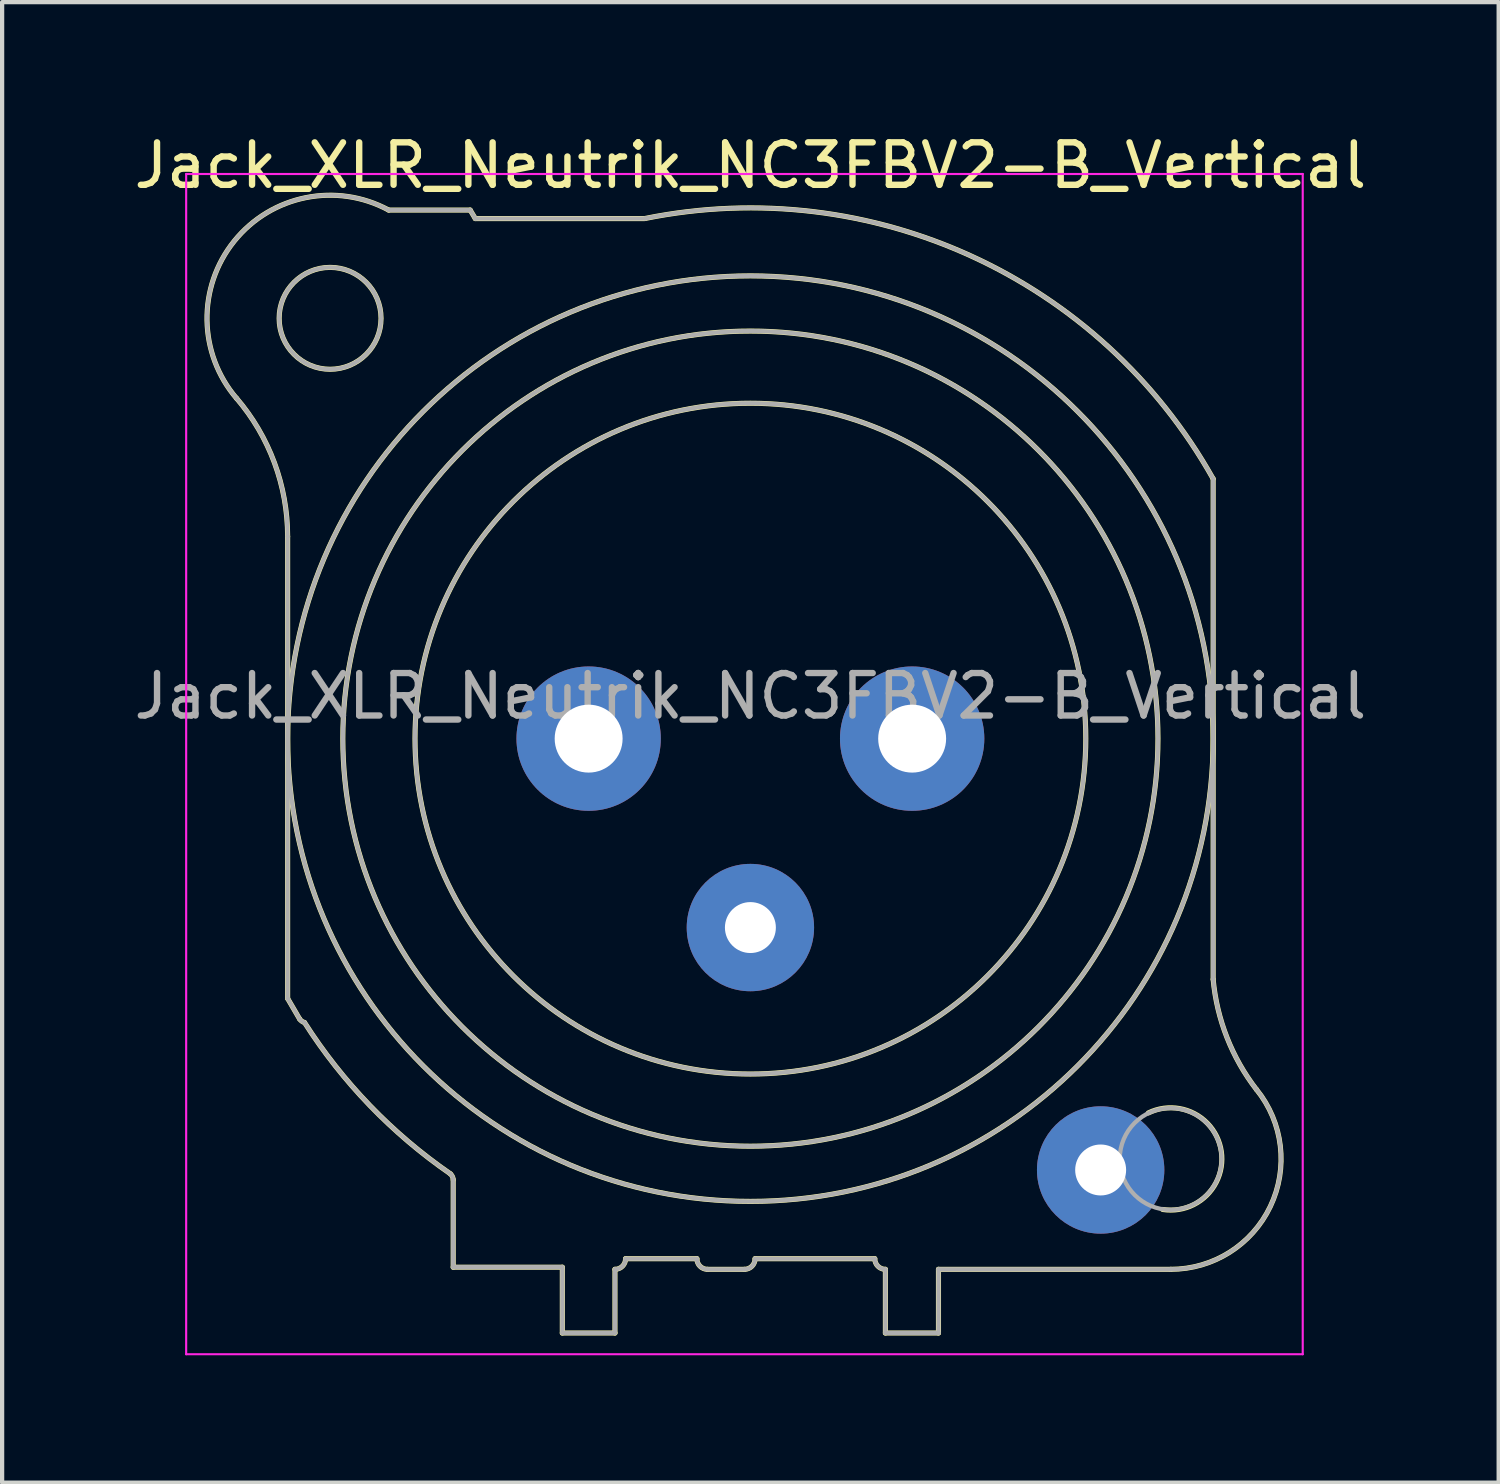
<source format=kicad_pcb>
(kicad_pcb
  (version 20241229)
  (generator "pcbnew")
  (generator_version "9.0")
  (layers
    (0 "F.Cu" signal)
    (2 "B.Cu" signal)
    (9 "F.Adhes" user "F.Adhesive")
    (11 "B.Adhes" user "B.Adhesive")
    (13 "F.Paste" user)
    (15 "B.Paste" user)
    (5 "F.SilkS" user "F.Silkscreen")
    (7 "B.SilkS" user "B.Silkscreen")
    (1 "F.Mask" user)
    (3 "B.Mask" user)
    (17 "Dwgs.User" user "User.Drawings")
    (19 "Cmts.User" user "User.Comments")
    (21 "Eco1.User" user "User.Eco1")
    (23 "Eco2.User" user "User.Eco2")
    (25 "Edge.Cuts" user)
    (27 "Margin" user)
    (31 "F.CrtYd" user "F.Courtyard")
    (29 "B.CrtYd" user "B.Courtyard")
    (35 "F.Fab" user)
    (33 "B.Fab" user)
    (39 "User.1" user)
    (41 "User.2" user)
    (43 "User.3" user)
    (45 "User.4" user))
  (footprint "Jack_XLR_Neutrik_NC3FBV2-B_Vertical"
    (layer "F.Cu")
    (at 18.435 14.348)
    (property "Reference" "Jack_XLR_Neutrik_NC3FBV2-B_Vertical" (at -3.81 -13.5 0) (layer "F.SilkS") (effects (font (size 1 1) (thickness 0.15))))
    (attr through_hole)
    (fp_line (start -14.71 -4.76) (end -14.71 6.12) (stroke (width 0.12) (type solid)) (layer "F.SilkS"))
    (fp_line (start -14.71 6.12) (end -14.43 6.6) (stroke (width 0.12) (type solid)) (layer "F.SilkS"))
    (fp_line (start -10.81 10.39) (end -10.81 12.45) (stroke (width 0.12) (type solid)) (layer "F.SilkS"))
    (fp_line (start -10.81 12.45) (end -8.24 12.45) (stroke (width 0.12) (type solid)) (layer "F.SilkS"))
    (fp_line (start -10.41 -12.45) (end -12.33 -12.45) (stroke (width 0.12) (type solid)) (layer "F.SilkS"))
    (fp_line (start -10.29 -12.25) (end -10.41 -12.45) (stroke (width 0.12) (type solid)) (layer "F.SilkS"))
    (fp_line (start -8.24 12.45) (end -8.24 14) (stroke (width 0.12) (type solid)) (layer "F.SilkS"))
    (fp_line (start -7 14) (end -8.24 14) (stroke (width 0.12) (type solid)) (layer "F.SilkS"))
    (fp_line (start -7 14) (end -7 12.5) (stroke (width 0.12) (type solid)) (layer "F.SilkS"))
    (fp_line (start -6.75 12.25) (end -5.07 12.25) (stroke (width 0.12) (type solid)) (layer "F.SilkS"))
    (fp_line (start -6.3 -12.25) (end -10.29 -12.25) (stroke (width 0.12) (type solid)) (layer "F.SilkS"))
    (fp_line (start -4.82 12.5) (end -3.95 12.5) (stroke (width 0.12) (type solid)) (layer "F.SilkS"))
    (fp_line (start -3.7 12.25) (end -0.88 12.25) (stroke (width 0.12) (type solid)) (layer "F.SilkS"))
    (fp_line (start -0.63 12.5) (end -0.63 14) (stroke (width 0.12) (type solid)) (layer "F.SilkS"))
    (fp_line (start 0.62 12.5) (end 6.09 12.5) (stroke (width 0.12) (type solid)) (layer "F.SilkS"))
    (fp_line (start 0.62 14) (end -0.63 14) (stroke (width 0.12) (type solid)) (layer "F.SilkS"))
    (fp_line (start 0.62 14) (end 0.62 12.5) (stroke (width 0.12) (type solid)) (layer "F.SilkS"))
    (fp_line (start 7.09 5.67) (end 7.09 -6.12) (stroke (width 0.12) (type solid)) (layer "F.SilkS"))
    (fp_arc (start -15.916051 -8.020379) (mid -15.021177 -6.498148) (end -14.71 -4.76) (stroke (width 0.12) (type solid)) (layer "F.SilkS"))
    (fp_arc (start -15.908884 -8.010077) (mid -15.967404 -11.719623) (end -12.33 -12.45) (stroke (width 0.12) (type solid)) (layer "F.SilkS"))
    (fp_arc (start -14.313753 6.685219) (mid -14.379716 6.653303) (end -14.43 6.6) (stroke (width 0.12) (type solid)) (layer "F.SilkS"))
    (fp_arc (start -10.879208 10.248532) (mid -12.772983 8.641241) (end -14.31 6.69) (stroke (width 0.12) (type solid)) (layer "F.SilkS"))
    (fp_arc (start -10.874359 10.252686) (mid -10.828679 10.315015) (end -10.81 10.39) (stroke (width 0.12) (type solid)) (layer "F.SilkS"))
    (fp_arc (start -6.75 12.25) (mid -6.823223 12.426777) (end -7 12.5) (stroke (width 0.12) (type solid)) (layer "F.SilkS"))
    (fp_arc (start -6.283571 -12.253402) (mid 1.401126 -11.362596) (end 7.09 -6.12) (stroke (width 0.12) (type solid)) (layer "F.SilkS"))
    (fp_arc (start -4.82 12.5) (mid -4.996777 12.426777) (end -5.07 12.25) (stroke (width 0.12) (type solid)) (layer "F.SilkS"))
    (fp_arc (start -3.7 12.25) (mid -3.773223 12.426777) (end -3.95 12.5) (stroke (width 0.12) (type solid)) (layer "F.SilkS"))
    (fp_arc (start -0.63 12.5) (mid -0.806777 12.426777) (end -0.88 12.25) (stroke (width 0.12) (type solid)) (layer "F.SilkS"))
    (fp_arc (start 5.563083 8.81623) (mid 7.282057 9.723366) (end 5.9 11.09) (stroke (width 0.12) (type solid)) (layer "F.SilkS"))
    (fp_arc (start 8.110579 8.263767) (mid 8.436721 11.019329) (end 6.09 12.5) (stroke (width 0.12) (type solid)) (layer "F.SilkS"))
    (fp_arc (start 8.111727 8.266808) (mid 7.416073 7.041111) (end 7.09 5.67) (stroke (width 0.12) (type solid)) (layer "F.SilkS"))
    (fp_circle (center -13.71 -9.9) (end -12.51 -9.9) (stroke (width 0.12) (type solid)) (fill no) (layer "F.SilkS"))
    (fp_circle (center -3.81 0) (end 4.09 0) (stroke (width 0.12) (type solid)) (fill no) (layer "F.SilkS"))
    (fp_circle (center -3.81 0) (end 5.79 0) (stroke (width 0.12) (type solid)) (fill no) (layer "F.SilkS"))
    (fp_circle (center -3.81 0) (end 7.09 0) (stroke (width 0.12) (type solid)) (fill no) (layer "F.SilkS"))
    (fp_line (start -17.1 -13.3) (end 9.2 -13.3) (stroke (width 0.05) (type solid)) (layer "F.CrtYd"))
    (fp_line (start -17.1 14.5) (end -17.1 -13.3) (stroke (width 0.05) (type solid)) (layer "F.CrtYd"))
    (fp_line (start 9.2 -13.3) (end 9.2 14.5) (stroke (width 0.05) (type solid)) (layer "F.CrtYd"))
    (fp_line (start 9.2 14.5) (end -17.1 14.5) (stroke (width 0.05) (type solid)) (layer "F.CrtYd"))
    (fp_line (start -14.71 -4.76) (end -14.71 6.12) (stroke (width 0.1) (type solid)) (layer "F.Fab"))
    (fp_line (start -14.71 6.12) (end -14.43 6.6) (stroke (width 0.1) (type solid)) (layer "F.Fab"))
    (fp_line (start -10.81 10.39) (end -10.81 12.45) (stroke (width 0.1) (type solid)) (layer "F.Fab"))
    (fp_line (start -10.81 12.45) (end -8.24 12.45) (stroke (width 0.1) (type solid)) (layer "F.Fab"))
    (fp_line (start -10.41 -12.45) (end -12.33 -12.45) (stroke (width 0.1) (type solid)) (layer "F.Fab"))
    (fp_line (start -10.29 -12.25) (end -10.41 -12.45) (stroke (width 0.1) (type solid)) (layer "F.Fab"))
    (fp_line (start -8.24 12.45) (end -8.24 14) (stroke (width 0.1) (type solid)) (layer "F.Fab"))
    (fp_line (start -7 14) (end -8.24 14) (stroke (width 0.1) (type solid)) (layer "F.Fab"))
    (fp_line (start -7 14) (end -7 12.5) (stroke (width 0.1) (type solid)) (layer "F.Fab"))
    (fp_line (start -6.75 12.25) (end -5.07 12.25) (stroke (width 0.1) (type solid)) (layer "F.Fab"))
    (fp_line (start -6.3 -12.25) (end -10.29 -12.25) (stroke (width 0.1) (type solid)) (layer "F.Fab"))
    (fp_line (start -4.82 12.5) (end -3.95 12.5) (stroke (width 0.1) (type solid)) (layer "F.Fab"))
    (fp_line (start -3.7 12.25) (end -0.88 12.25) (stroke (width 0.1) (type solid)) (layer "F.Fab"))
    (fp_line (start -0.63 12.5) (end -0.63 14) (stroke (width 0.1) (type solid)) (layer "F.Fab"))
    (fp_line (start 0.62 12.5) (end 6.09 12.5) (stroke (width 0.1) (type solid)) (layer "F.Fab"))
    (fp_line (start 0.62 14) (end -0.63 14) (stroke (width 0.1) (type solid)) (layer "F.Fab"))
    (fp_line (start 0.62 14) (end 0.62 12.5) (stroke (width 0.1) (type solid)) (layer "F.Fab"))
    (fp_line (start 7.09 5.67) (end 7.09 -6.12) (stroke (width 0.1) (type solid)) (layer "F.Fab"))
    (fp_arc (start -15.916051 -8.020379) (mid -15.021177 -6.498148) (end -14.71 -4.76) (stroke (width 0.1) (type solid)) (layer "F.Fab"))
    (fp_arc (start -15.908884 -8.010077) (mid -15.967404 -11.719623) (end -12.33 -12.45) (stroke (width 0.1) (type solid)) (layer "F.Fab"))
    (fp_arc (start -14.313753 6.685219) (mid -14.379716 6.653303) (end -14.43 6.6) (stroke (width 0.1) (type solid)) (layer "F.Fab"))
    (fp_arc (start -10.879208 10.248532) (mid -12.772983 8.641241) (end -14.31 6.69) (stroke (width 0.1) (type solid)) (layer "F.Fab"))
    (fp_arc (start -10.874359 10.252686) (mid -10.828679 10.315015) (end -10.81 10.39) (stroke (width 0.1) (type solid)) (layer "F.Fab"))
    (fp_arc (start -6.75 12.25) (mid -6.823223 12.426777) (end -7 12.5) (stroke (width 0.1) (type solid)) (layer "F.Fab"))
    (fp_arc (start -6.283571 -12.253402) (mid 1.401126 -11.362596) (end 7.09 -6.12) (stroke (width 0.1) (type solid)) (layer "F.Fab"))
    (fp_arc (start -4.82 12.5) (mid -4.996777 12.426777) (end -5.07 12.25) (stroke (width 0.1) (type solid)) (layer "F.Fab"))
    (fp_arc (start -3.7 12.25) (mid -3.773223 12.426777) (end -3.95 12.5) (stroke (width 0.1) (type solid)) (layer "F.Fab"))
    (fp_arc (start -0.63 12.5) (mid -0.806777 12.426777) (end -0.88 12.25) (stroke (width 0.1) (type solid)) (layer "F.Fab"))
    (fp_arc (start 8.110579 8.263767) (mid 8.436721 11.019329) (end 6.09 12.5) (stroke (width 0.1) (type solid)) (layer "F.Fab"))
    (fp_arc (start 8.111727 8.266808) (mid 7.416073 7.041111) (end 7.09 5.67) (stroke (width 0.1) (type solid)) (layer "F.Fab"))
    (fp_circle (center -13.71 -9.9) (end -12.51 -9.9) (stroke (width 0.1) (type solid)) (fill no) (layer "F.Fab"))
    (fp_circle (center -3.81 0) (end 4.09 0) (stroke (width 0.1) (type solid)) (fill no) (layer "F.Fab"))
    (fp_circle (center -3.81 0) (end 5.79 0) (stroke (width 0.1) (type solid)) (fill no) (layer "F.Fab"))
    (fp_circle (center -3.81 0) (end 7.09 0) (stroke (width 0.1) (type solid)) (fill no) (layer "F.Fab"))
    (fp_circle (center 6.09 9.9) (end 7.29 9.9) (stroke (width 0.1) (type solid)) (fill no) (layer "F.Fab"))
    (fp_text user "${REFERENCE}" (at -3.81 -1 0) (layer "F.Fab") (effects (font (size 1 1) (thickness 0.15))))
    (pad "1" thru_hole circle (at 0 0) (size 3.4 3.4) (drill 1.6) (layers "*.Cu" "*.Mask"))
    (pad "2" thru_hole circle (at -7.62 0) (size 3.4 3.4) (drill 1.6) (layers "*.Cu" "*.Mask"))
    (pad "3" thru_hole circle (at -3.81 4.45) (size 3 3) (drill 1.2) (layers "*.Cu" "*.Mask"))
    (pad "G" thru_hole circle (at 4.44 10.16) (size 3 3) (drill 1.2) (layers "*.Cu" "*.Mask")))
  (gr_rect
    (start -3 -3)
    (end 32.25 31.873)
    (stroke (width 0.1) (type default))
    (fill no)
    (layer "Edge.Cuts")))
</source>
